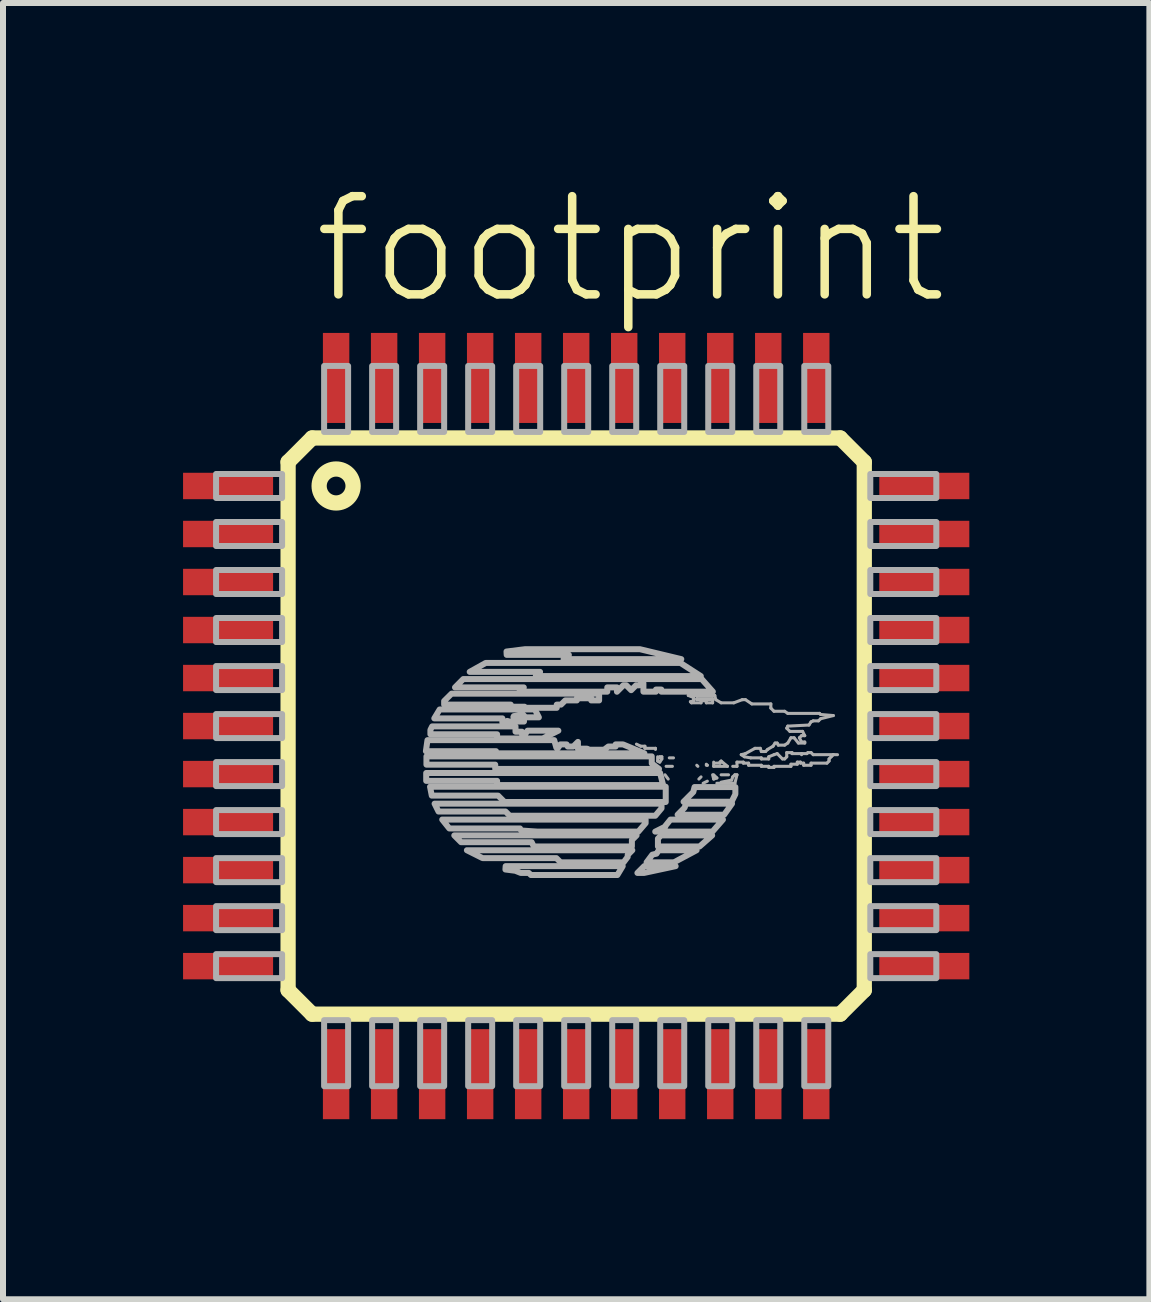
<source format=kicad_pcb>
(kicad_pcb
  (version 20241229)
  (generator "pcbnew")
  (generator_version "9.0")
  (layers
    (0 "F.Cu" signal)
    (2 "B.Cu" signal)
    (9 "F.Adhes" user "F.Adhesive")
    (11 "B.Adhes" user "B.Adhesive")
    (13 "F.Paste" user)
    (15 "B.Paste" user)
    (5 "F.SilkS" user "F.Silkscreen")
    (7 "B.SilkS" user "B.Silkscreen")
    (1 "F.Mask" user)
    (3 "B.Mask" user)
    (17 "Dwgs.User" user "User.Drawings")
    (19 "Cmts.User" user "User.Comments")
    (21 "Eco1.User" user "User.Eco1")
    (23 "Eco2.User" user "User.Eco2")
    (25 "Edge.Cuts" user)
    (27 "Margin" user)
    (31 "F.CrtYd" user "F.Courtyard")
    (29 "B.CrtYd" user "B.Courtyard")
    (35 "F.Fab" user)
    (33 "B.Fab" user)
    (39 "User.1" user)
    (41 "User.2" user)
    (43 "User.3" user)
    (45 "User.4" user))
  (footprint "footprint"
    (layer "F.Cu")
    (at 6.55 9.047)
    (property "Reference" "footprint" (at -4.445 -6.985 0) (layer "F.SilkS") (effects (font (size 1.636 1.636) (thickness 0.142)) (justify left bottom)))
    (fp_line (start -4.8 -4.4) (end -4.4 -4.8) (stroke (width 0.254) (type solid)) (layer "F.SilkS"))
    (fp_line (start -4.8 4.4) (end -4.8 -4.4) (stroke (width 0.254) (type solid)) (layer "F.SilkS"))
    (fp_line (start -4.4 -4.8) (end 4.4 -4.8) (stroke (width 0.254) (type solid)) (layer "F.SilkS"))
    (fp_line (start -4.4 4.8) (end -4.8 4.4) (stroke (width 0.254) (type solid)) (layer "F.SilkS"))
    (fp_line (start 4.4 -4.8) (end 4.8 -4.4) (stroke (width 0.254) (type solid)) (layer "F.SilkS"))
    (fp_line (start 4.4 4.8) (end -4.4 4.8) (stroke (width 0.254) (type solid)) (layer "F.SilkS"))
    (fp_line (start 4.8 -4.4) (end 4.8 4.4) (stroke (width 0.254) (type solid)) (layer "F.SilkS"))
    (fp_line (start 4.8 4.4) (end 4.4 4.8) (stroke (width 0.254) (type solid)) (layer "F.SilkS"))
    (fp_circle (center -4 -4) (end -3.717 -4) (stroke (width 0.254) (type solid)) (fill no) (layer "F.SilkS"))
    (fp_line (start 1.075 0.336) (end 1.004 0.301) (stroke (width 0.051) (type solid)) (layer "F.Fab"))
    (fp_line (start 1.145 0.336) (end 1.075 0.336) (stroke (width 0.051) (type solid)) (layer "F.Fab"))
    (fp_line (start 1.145 0.371) (end 1.145 0.336) (stroke (width 0.051) (type solid)) (layer "F.Fab"))
    (fp_line (start 1.321 0.371) (end 1.145 0.371) (stroke (width 0.051) (type solid)) (layer "F.Fab"))
    (fp_line (start 1.321 0.389) (end 1.321 0.371) (stroke (width 0.051) (type solid)) (layer "F.Fab"))
    (fp_line (start 1.357 0.512) (end 1.357 0.583) (stroke (width 0.051) (type solid)) (layer "F.Fab"))
    (fp_line (start 1.357 0.583) (end 1.392 0.601) (stroke (width 0.051) (type solid)) (layer "F.Fab"))
    (fp_line (start 1.392 0.512) (end 1.392 0.53) (stroke (width 0.051) (type solid)) (layer "F.Fab"))
    (fp_line (start 1.392 0.601) (end 1.427 0.548) (stroke (width 0.051) (type solid)) (layer "F.Fab"))
    (fp_line (start 1.427 0.512) (end 1.392 0.512) (stroke (width 0.051) (type solid)) (layer "F.Fab"))
    (fp_line (start 1.427 0.548) (end 1.427 0.512) (stroke (width 0.051) (type solid)) (layer "F.Fab"))
    (fp_line (start 1.48 0.812) (end 1.533 0.883) (stroke (width 0.051) (type solid)) (layer "F.Fab"))
    (fp_line (start 1.498 0.671) (end 1.603 0.671) (stroke (width 0.051) (type solid)) (layer "F.Fab"))
    (fp_line (start 1.551 0.53) (end 1.621 0.53) (stroke (width 0.051) (type solid)) (layer "F.Fab"))
    (fp_line (start 1.868 -0.51) (end 1.956 -0.475) (stroke (width 0.051) (type solid)) (layer "F.Fab"))
    (fp_line (start 1.903 -0.405) (end 1.921 -0.387) (stroke (width 0.051) (type solid)) (layer "F.Fab"))
    (fp_line (start 1.921 -0.387) (end 2.08 -0.387) (stroke (width 0.051) (type solid)) (layer "F.Fab"))
    (fp_line (start 1.956 -0.475) (end 1.956 -0.422) (stroke (width 0.051) (type solid)) (layer "F.Fab"))
    (fp_line (start 1.956 -0.422) (end 1.903 -0.405) (stroke (width 0.051) (type solid)) (layer "F.Fab"))
    (fp_line (start 2.009 -0.457) (end 2.009 -0.44) (stroke (width 0.051) (type solid)) (layer "F.Fab"))
    (fp_line (start 2.009 -0.44) (end 2.238 -0.44) (stroke (width 0.051) (type solid)) (layer "F.Fab"))
    (fp_line (start 2.009 0.653) (end 2.027 0.671) (stroke (width 0.051) (type solid)) (layer "F.Fab"))
    (fp_line (start 2.08 -0.422) (end 2.168 -0.422) (stroke (width 0.051) (type solid)) (layer "F.Fab"))
    (fp_line (start 2.08 -0.387) (end 2.08 -0.422) (stroke (width 0.051) (type solid)) (layer "F.Fab"))
    (fp_line (start 2.08 0.847) (end 2.044 0.883) (stroke (width 0.051) (type solid)) (layer "F.Fab"))
    (fp_line (start 2.115 0.953) (end 2.185 0.918) (stroke (width 0.051) (type solid)) (layer "F.Fab"))
    (fp_line (start 2.168 -0.422) (end 2.168 -0.387) (stroke (width 0.051) (type solid)) (layer "F.Fab"))
    (fp_line (start 2.168 -0.387) (end 2.273 -0.387) (stroke (width 0.051) (type solid)) (layer "F.Fab"))
    (fp_line (start 2.168 0.636) (end 2.185 0.653) (stroke (width 0.051) (type solid)) (layer "F.Fab"))
    (fp_line (start 2.185 0.653) (end 2.168 0.653) (stroke (width 0.051) (type solid)) (layer "F.Fab"))
    (fp_line (start 2.273 -0.457) (end 2.009 -0.457) (stroke (width 0.051) (type solid)) (layer "F.Fab"))
    (fp_line (start 2.273 -0.387) (end 2.273 -0.457) (stroke (width 0.051) (type solid)) (layer "F.Fab"))
    (fp_line (start 2.273 0.812) (end 2.291 0.883) (stroke (width 0.051) (type solid)) (layer "F.Fab"))
    (fp_line (start 2.291 0.601) (end 2.291 0.671) (stroke (width 0.051) (type solid)) (layer "F.Fab"))
    (fp_line (start 2.291 0.671) (end 2.52 0.671) (stroke (width 0.051) (type solid)) (layer "F.Fab"))
    (fp_line (start 2.291 0.883) (end 2.344 0.865) (stroke (width 0.051) (type solid)) (layer "F.Fab"))
    (fp_line (start 2.309 -0.51) (end 1.868 -0.51) (stroke (width 0.051) (type solid)) (layer "F.Fab"))
    (fp_line (start 2.326 -0.44) (end 2.309 -0.51) (stroke (width 0.051) (type solid)) (layer "F.Fab"))
    (fp_line (start 2.344 0.865) (end 2.291 0.812) (stroke (width 0.051) (type solid)) (layer "F.Fab"))
    (fp_line (start 2.344 0.953) (end 2.644 0.953) (stroke (width 0.051) (type solid)) (layer "F.Fab"))
    (fp_line (start 2.397 0.601) (end 2.397 0.618) (stroke (width 0.051) (type solid)) (layer "F.Fab"))
    (fp_line (start 2.397 0.618) (end 2.326 0.618) (stroke (width 0.051) (type solid)) (layer "F.Fab"))
    (fp_line (start 2.415 -0.387) (end 2.326 -0.44) (stroke (width 0.051) (type solid)) (layer "F.Fab"))
    (fp_line (start 2.415 0.583) (end 2.397 0.601) (stroke (width 0.051) (type solid)) (layer "F.Fab"))
    (fp_line (start 2.415 0.812) (end 2.538 0.812) (stroke (width 0.051) (type solid)) (layer "F.Fab"))
    (fp_line (start 2.52 0.671) (end 2.415 0.583) (stroke (width 0.051) (type solid)) (layer "F.Fab"))
    (fp_line (start 2.591 0.9) (end 2.415 0.935) (stroke (width 0.051) (type solid)) (layer "F.Fab"))
    (fp_line (start 2.608 0.671) (end 2.679 0.671) (stroke (width 0.051) (type solid)) (layer "F.Fab"))
    (fp_line (start 2.608 0.847) (end 2.591 0.9) (stroke (width 0.051) (type solid)) (layer "F.Fab"))
    (fp_line (start 2.626 -0.387) (end 2.415 -0.387) (stroke (width 0.051) (type solid)) (layer "F.Fab"))
    (fp_line (start 2.644 0.812) (end 2.608 0.847) (stroke (width 0.051) (type solid)) (layer "F.Fab"))
    (fp_line (start 2.644 0.953) (end 2.679 0.812) (stroke (width 0.051) (type solid)) (layer "F.Fab"))
    (fp_line (start 2.679 0.601) (end 2.785 0.601) (stroke (width 0.051) (type solid)) (layer "F.Fab"))
    (fp_line (start 2.679 0.671) (end 2.679 0.601) (stroke (width 0.051) (type solid)) (layer "F.Fab"))
    (fp_line (start 2.679 0.812) (end 2.644 0.812) (stroke (width 0.051) (type solid)) (layer "F.Fab"))
    (fp_line (start 2.75 0.477) (end 2.82 0.459) (stroke (width 0.051) (type solid)) (layer "F.Fab"))
    (fp_line (start 2.767 -0.44) (end 2.626 -0.387) (stroke (width 0.051) (type solid)) (layer "F.Fab"))
    (fp_line (start 2.785 0.601) (end 2.785 0.618) (stroke (width 0.051) (type solid)) (layer "F.Fab"))
    (fp_line (start 2.785 0.618) (end 2.873 0.618) (stroke (width 0.051) (type solid)) (layer "F.Fab"))
    (fp_line (start 2.803 0.512) (end 2.75 0.477) (stroke (width 0.051) (type solid)) (layer "F.Fab"))
    (fp_line (start 2.82 -0.44) (end 2.767 -0.44) (stroke (width 0.051) (type solid)) (layer "F.Fab"))
    (fp_line (start 2.82 0.459) (end 2.979 0.371) (stroke (width 0.051) (type solid)) (layer "F.Fab"))
    (fp_line (start 2.873 0.618) (end 2.873 0.653) (stroke (width 0.051) (type solid)) (layer "F.Fab"))
    (fp_line (start 2.873 0.653) (end 3.085 0.653) (stroke (width 0.051) (type solid)) (layer "F.Fab"))
    (fp_line (start 2.908 0.53) (end 2.803 0.512) (stroke (width 0.051) (type solid)) (layer "F.Fab"))
    (fp_line (start 2.926 -0.369) (end 2.82 -0.44) (stroke (width 0.051) (type solid)) (layer "F.Fab"))
    (fp_line (start 2.979 0.371) (end 3.067 0.371) (stroke (width 0.051) (type solid)) (layer "F.Fab"))
    (fp_line (start 3.067 0.371) (end 3.085 0.424) (stroke (width 0.051) (type solid)) (layer "F.Fab"))
    (fp_line (start 3.085 0.424) (end 3.155 0.424) (stroke (width 0.051) (type solid)) (layer "F.Fab"))
    (fp_line (start 3.085 0.53) (end 2.908 0.53) (stroke (width 0.051) (type solid)) (layer "F.Fab"))
    (fp_line (start 3.085 0.548) (end 3.085 0.53) (stroke (width 0.051) (type solid)) (layer "F.Fab"))
    (fp_line (start 3.085 0.653) (end 3.085 0.671) (stroke (width 0.051) (type solid)) (layer "F.Fab"))
    (fp_line (start 3.085 0.671) (end 3.208 0.671) (stroke (width 0.051) (type solid)) (layer "F.Fab"))
    (fp_line (start 3.155 0.424) (end 3.19 0.389) (stroke (width 0.051) (type solid)) (layer "F.Fab"))
    (fp_line (start 3.19 0.389) (end 3.279 0.336) (stroke (width 0.051) (type solid)) (layer "F.Fab"))
    (fp_line (start 3.208 0.512) (end 3.208 0.548) (stroke (width 0.051) (type solid)) (layer "F.Fab"))
    (fp_line (start 3.208 0.548) (end 3.085 0.548) (stroke (width 0.051) (type solid)) (layer "F.Fab"))
    (fp_line (start 3.208 0.671) (end 3.208 0.689) (stroke (width 0.051) (type solid)) (layer "F.Fab"))
    (fp_line (start 3.208 0.689) (end 3.296 0.689) (stroke (width 0.051) (type solid)) (layer "F.Fab"))
    (fp_line (start 3.243 -0.369) (end 2.926 -0.369) (stroke (width 0.051) (type solid)) (layer "F.Fab"))
    (fp_line (start 3.243 -0.299) (end 3.243 -0.369) (stroke (width 0.051) (type solid)) (layer "F.Fab"))
    (fp_line (start 3.279 0.336) (end 3.314 0.283) (stroke (width 0.051) (type solid)) (layer "F.Fab"))
    (fp_line (start 3.296 -0.246) (end 3.243 -0.299) (stroke (width 0.051) (type solid)) (layer "F.Fab"))
    (fp_line (start 3.296 0.477) (end 3.208 0.512) (stroke (width 0.051) (type solid)) (layer "F.Fab"))
    (fp_line (start 3.296 0.671) (end 3.578 0.671) (stroke (width 0.051) (type solid)) (layer "F.Fab"))
    (fp_line (start 3.296 0.689) (end 3.296 0.671) (stroke (width 0.051) (type solid)) (layer "F.Fab"))
    (fp_line (start 3.314 0.283) (end 3.349 0.283) (stroke (width 0.051) (type solid)) (layer "F.Fab"))
    (fp_line (start 3.349 0.283) (end 3.367 0.318) (stroke (width 0.051) (type solid)) (layer "F.Fab"))
    (fp_line (start 3.349 0.459) (end 3.296 0.477) (stroke (width 0.051) (type solid)) (layer "F.Fab"))
    (fp_line (start 3.367 0.318) (end 3.473 0.318) (stroke (width 0.051) (type solid)) (layer "F.Fab"))
    (fp_line (start 3.437 0.548) (end 3.349 0.459) (stroke (width 0.051) (type solid)) (layer "F.Fab"))
    (fp_line (start 3.473 -0.246) (end 3.296 -0.246) (stroke (width 0.051) (type solid)) (layer "F.Fab"))
    (fp_line (start 3.473 0.318) (end 3.525 0.283) (stroke (width 0.051) (type solid)) (layer "F.Fab"))
    (fp_line (start 3.473 0.548) (end 3.437 0.548) (stroke (width 0.051) (type solid)) (layer "F.Fab"))
    (fp_line (start 3.508 0.036) (end 3.525 0.001) (stroke (width 0.051) (type solid)) (layer "F.Fab"))
    (fp_line (start 3.508 0.442) (end 3.508 0.512) (stroke (width 0.051) (type solid)) (layer "F.Fab"))
    (fp_line (start 3.508 0.512) (end 3.473 0.548) (stroke (width 0.051) (type solid)) (layer "F.Fab"))
    (fp_line (start 3.525 -0.211) (end 3.473 -0.246) (stroke (width 0.051) (type solid)) (layer "F.Fab"))
    (fp_line (start 3.525 0.001) (end 3.878 -0.017) (stroke (width 0.051) (type solid)) (layer "F.Fab"))
    (fp_line (start 3.525 0.283) (end 3.578 0.195) (stroke (width 0.051) (type solid)) (layer "F.Fab"))
    (fp_line (start 3.561 0.089) (end 3.508 0.036) (stroke (width 0.051) (type solid)) (layer "F.Fab"))
    (fp_line (start 3.578 0.195) (end 3.631 0.195) (stroke (width 0.051) (type solid)) (layer "F.Fab"))
    (fp_line (start 3.578 0.636) (end 3.684 0.636) (stroke (width 0.051) (type solid)) (layer "F.Fab"))
    (fp_line (start 3.578 0.671) (end 3.578 0.636) (stroke (width 0.051) (type solid)) (layer "F.Fab"))
    (fp_line (start 3.596 0.442) (end 3.508 0.442) (stroke (width 0.051) (type solid)) (layer "F.Fab"))
    (fp_line (start 3.596 0.459) (end 3.596 0.442) (stroke (width 0.051) (type solid)) (layer "F.Fab"))
    (fp_line (start 3.631 0.195) (end 3.702 0.283) (stroke (width 0.051) (type solid)) (layer "F.Fab"))
    (fp_line (start 3.684 0.601) (end 3.737 0.601) (stroke (width 0.051) (type solid)) (layer "F.Fab"))
    (fp_line (start 3.684 0.636) (end 3.684 0.601) (stroke (width 0.051) (type solid)) (layer "F.Fab"))
    (fp_line (start 3.702 0.283) (end 3.808 0.283) (stroke (width 0.051) (type solid)) (layer "F.Fab"))
    (fp_line (start 3.719 0.195) (end 3.755 0.16) (stroke (width 0.051) (type solid)) (layer "F.Fab"))
    (fp_line (start 3.737 0.601) (end 3.737 0.618) (stroke (width 0.051) (type solid)) (layer "F.Fab"))
    (fp_line (start 3.737 0.618) (end 3.79 0.618) (stroke (width 0.051) (type solid)) (layer "F.Fab"))
    (fp_line (start 3.755 0.16) (end 3.808 0.16) (stroke (width 0.051) (type solid)) (layer "F.Fab"))
    (fp_line (start 3.755 0.266) (end 3.719 0.195) (stroke (width 0.051) (type solid)) (layer "F.Fab"))
    (fp_line (start 3.755 0.459) (end 3.596 0.459) (stroke (width 0.051) (type solid)) (layer "F.Fab"))
    (fp_line (start 3.755 0.477) (end 3.755 0.459) (stroke (width 0.051) (type solid)) (layer "F.Fab"))
    (fp_line (start 3.772 0.089) (end 3.561 0.089) (stroke (width 0.051) (type solid)) (layer "F.Fab"))
    (fp_line (start 3.79 0.618) (end 3.79 0.653) (stroke (width 0.051) (type solid)) (layer "F.Fab"))
    (fp_line (start 3.79 0.653) (end 3.913 0.653) (stroke (width 0.051) (type solid)) (layer "F.Fab"))
    (fp_line (start 3.808 0.16) (end 3.772 0.089) (stroke (width 0.051) (type solid)) (layer "F.Fab"))
    (fp_line (start 3.808 0.266) (end 3.755 0.266) (stroke (width 0.051) (type solid)) (layer "F.Fab"))
    (fp_line (start 3.808 0.283) (end 3.808 0.266) (stroke (width 0.051) (type solid)) (layer "F.Fab"))
    (fp_line (start 3.843 0.459) (end 3.755 0.459) (stroke (width 0.051) (type solid)) (layer "F.Fab"))
    (fp_line (start 3.86 0.442) (end 3.843 0.459) (stroke (width 0.051) (type solid)) (layer "F.Fab"))
    (fp_line (start 3.878 -0.017) (end 3.913 -0.07) (stroke (width 0.051) (type solid)) (layer "F.Fab"))
    (fp_line (start 3.913 -0.07) (end 3.949 -0.087) (stroke (width 0.051) (type solid)) (layer "F.Fab"))
    (fp_line (start 3.913 0.442) (end 3.86 0.442) (stroke (width 0.051) (type solid)) (layer "F.Fab"))
    (fp_line (start 3.913 0.618) (end 4.178 0.618) (stroke (width 0.051) (type solid)) (layer "F.Fab"))
    (fp_line (start 3.913 0.653) (end 3.913 0.618) (stroke (width 0.051) (type solid)) (layer "F.Fab"))
    (fp_line (start 3.949 -0.087) (end 4.037 -0.087) (stroke (width 0.051) (type solid)) (layer "F.Fab"))
    (fp_line (start 3.949 0.477) (end 3.913 0.442) (stroke (width 0.051) (type solid)) (layer "F.Fab"))
    (fp_line (start 4.037 -0.087) (end 4.072 -0.122) (stroke (width 0.051) (type solid)) (layer "F.Fab"))
    (fp_line (start 4.054 -0.211) (end 3.525 -0.211) (stroke (width 0.051) (type solid)) (layer "F.Fab"))
    (fp_line (start 4.072 -0.193) (end 4.054 -0.211) (stroke (width 0.051) (type solid)) (layer "F.Fab"))
    (fp_line (start 4.072 -0.122) (end 4.284 -0.175) (stroke (width 0.051) (type solid)) (layer "F.Fab"))
    (fp_line (start 4.178 0.618) (end 4.213 0.583) (stroke (width 0.051) (type solid)) (layer "F.Fab"))
    (fp_line (start 4.213 0.548) (end 4.248 0.512) (stroke (width 0.051) (type solid)) (layer "F.Fab"))
    (fp_line (start 4.213 0.583) (end 4.213 0.548) (stroke (width 0.051) (type solid)) (layer "F.Fab"))
    (fp_line (start 4.248 0.512) (end 4.284 0.477) (stroke (width 0.051) (type solid)) (layer "F.Fab"))
    (fp_line (start 4.284 -0.175) (end 4.072 -0.193) (stroke (width 0.051) (type solid)) (layer "F.Fab"))
    (fp_line (start 4.284 0.477) (end 3.949 0.477) (stroke (width 0.051) (type solid)) (layer "F.Fab"))
    (fp_line (start 4.284 0.477) (end 4.354 0.477) (stroke (width 0.051) (type solid)) (layer "F.Fab"))
    (fp_poly (pts (xy -6 -3.8) (xy -4.9 -3.8) (xy -4.9 -4.2) (xy -6 -4.2)) (stroke (width 0.1) (type solid)) (fill no) (layer "F.Fab"))
    (fp_poly (pts (xy -6 -3) (xy -4.9 -3) (xy -4.9 -3.4) (xy -6 -3.4)) (stroke (width 0.1) (type solid)) (fill no) (layer "F.Fab"))
    (fp_poly (pts (xy -6 -2.2) (xy -4.9 -2.2) (xy -4.9 -2.6) (xy -6 -2.6)) (stroke (width 0.1) (type solid)) (fill no) (layer "F.Fab"))
    (fp_poly (pts (xy -6 -1.4) (xy -4.9 -1.4) (xy -4.9 -1.8) (xy -6 -1.8)) (stroke (width 0.1) (type solid)) (fill no) (layer "F.Fab"))
    (fp_poly (pts (xy -6 -0.6) (xy -4.9 -0.6) (xy -4.9 -1) (xy -6 -1)) (stroke (width 0.1) (type solid)) (fill no) (layer "F.Fab"))
    (fp_poly (pts (xy -6 0.2) (xy -4.9 0.2) (xy -4.9 -0.2) (xy -6 -0.2)) (stroke (width 0.1) (type solid)) (fill no) (layer "F.Fab"))
    (fp_poly (pts (xy -6 1) (xy -4.9 1) (xy -4.9 0.6) (xy -6 0.6)) (stroke (width 0.1) (type solid)) (fill no) (layer "F.Fab"))
    (fp_poly (pts (xy -6 1.8) (xy -4.9 1.8) (xy -4.9 1.4) (xy -6 1.4)) (stroke (width 0.1) (type solid)) (fill no) (layer "F.Fab"))
    (fp_poly (pts (xy -6 2.6) (xy -4.9 2.6) (xy -4.9 2.2) (xy -6 2.2)) (stroke (width 0.1) (type solid)) (fill no) (layer "F.Fab"))
    (fp_poly (pts (xy -6 3.4) (xy -4.9 3.4) (xy -4.9 3) (xy -6 3)) (stroke (width 0.1) (type solid)) (fill no) (layer "F.Fab"))
    (fp_poly (pts (xy -6 4.2) (xy -4.9 4.2) (xy -4.9 3.8) (xy -6 3.8)) (stroke (width 0.1) (type solid)) (fill no) (layer "F.Fab"))
    (fp_poly (pts (xy -4.2 -4.9) (xy -3.8 -4.9) (xy -3.8 -6) (xy -4.2 -6)) (stroke (width 0.1) (type solid)) (fill no) (layer "F.Fab"))
    (fp_poly (pts (xy -4.2 6) (xy -3.8 6) (xy -3.8 4.9) (xy -4.2 4.9)) (stroke (width 0.1) (type solid)) (fill no) (layer "F.Fab"))
    (fp_poly (pts (xy -3.4 -4.9) (xy -3 -4.9) (xy -3 -6) (xy -3.4 -6)) (stroke (width 0.1) (type solid)) (fill no) (layer "F.Fab"))
    (fp_poly (pts (xy -3.4 6) (xy -3 6) (xy -3 4.9) (xy -3.4 4.9)) (stroke (width 0.1) (type solid)) (fill no) (layer "F.Fab"))
    (fp_poly (pts (xy -2.6 -4.9) (xy -2.2 -4.9) (xy -2.2 -6) (xy -2.6 -6)) (stroke (width 0.1) (type solid)) (fill no) (layer "F.Fab"))
    (fp_poly (pts (xy -2.6 6) (xy -2.2 6) (xy -2.2 4.9) (xy -2.6 4.9)) (stroke (width 0.1) (type solid)) (fill no) (layer "F.Fab"))
    (fp_poly (pts (xy -1.8 -4.9) (xy -1.4 -4.9) (xy -1.4 -6) (xy -1.8 -6)) (stroke (width 0.1) (type solid)) (fill no) (layer "F.Fab"))
    (fp_poly (pts (xy -1.8 6) (xy -1.4 6) (xy -1.4 4.9) (xy -1.8 4.9)) (stroke (width 0.1) (type solid)) (fill no) (layer "F.Fab"))
    (fp_poly (pts (xy -1 -4.9) (xy -0.6 -4.9) (xy -0.6 -6) (xy -1 -6)) (stroke (width 0.1) (type solid)) (fill no) (layer "F.Fab"))
    (fp_poly (pts (xy -1 6) (xy -0.6 6) (xy -0.6 4.9) (xy -1 4.9)) (stroke (width 0.1) (type solid)) (fill no) (layer "F.Fab"))
    (fp_poly (pts (xy -0.2 -4.9) (xy 0.2 -4.9) (xy 0.2 -6) (xy -0.2 -6)) (stroke (width 0.1) (type solid)) (fill no) (layer "F.Fab"))
    (fp_poly (pts (xy -0.2 6) (xy 0.2 6) (xy 0.2 4.9) (xy -0.2 4.9)) (stroke (width 0.1) (type solid)) (fill no) (layer "F.Fab"))
    (fp_poly (pts (xy 0.6 -4.9) (xy 1 -4.9) (xy 1 -6) (xy 0.6 -6)) (stroke (width 0.1) (type solid)) (fill no) (layer "F.Fab"))
    (fp_poly (pts (xy 0.6 6) (xy 1 6) (xy 1 4.9) (xy 0.6 4.9)) (stroke (width 0.1) (type solid)) (fill no) (layer "F.Fab"))
    (fp_poly (pts (xy 1.131 2.447) (xy 1.02 2.447) (xy 1.133 2.334) (xy 1.657 2.334)) (stroke (width 0.1) (type solid)) (fill no) (layer "F.Fab"))
    (fp_poly (pts (xy 1.4 -4.9) (xy 1.8 -4.9) (xy 1.8 -6) (xy 1.4 -6)) (stroke (width 0.1) (type solid)) (fill no) (layer "F.Fab"))
    (fp_poly (pts (xy 1.4 6) (xy 1.8 6) (xy 1.8 4.9) (xy 1.4 4.9)) (stroke (width 0.1) (type solid)) (fill no) (layer "F.Fab"))
    (fp_poly (pts (xy 2.2 -4.9) (xy 2.6 -4.9) (xy 2.6 -6) (xy 2.2 -6)) (stroke (width 0.1) (type solid)) (fill no) (layer "F.Fab"))
    (fp_poly (pts (xy 2.2 6) (xy 2.6 6) (xy 2.6 4.9) (xy 2.2 4.9)) (stroke (width 0.1) (type solid)) (fill no) (layer "F.Fab"))
    (fp_poly (pts (xy 3 -4.9) (xy 3.4 -4.9) (xy 3.4 -6) (xy 3 -6)) (stroke (width 0.1) (type solid)) (fill no) (layer "F.Fab"))
    (fp_poly (pts (xy 3 6) (xy 3.4 6) (xy 3.4 4.9) (xy 3 4.9)) (stroke (width 0.1) (type solid)) (fill no) (layer "F.Fab"))
    (fp_poly (pts (xy 3.8 -4.9) (xy 4.2 -4.9) (xy 4.2 -6) (xy 3.8 -6)) (stroke (width 0.1) (type solid)) (fill no) (layer "F.Fab"))
    (fp_poly (pts (xy 3.8 6) (xy 4.2 6) (xy 4.2 4.9) (xy 3.8 4.9)) (stroke (width 0.1) (type solid)) (fill no) (layer "F.Fab"))
    (fp_poly (pts (xy 4.9 -3.8) (xy 6 -3.8) (xy 6 -4.2) (xy 4.9 -4.2)) (stroke (width 0.1) (type solid)) (fill no) (layer "F.Fab"))
    (fp_poly (pts (xy 4.9 -3) (xy 6 -3) (xy 6 -3.4) (xy 4.9 -3.4)) (stroke (width 0.1) (type solid)) (fill no) (layer "F.Fab"))
    (fp_poly (pts (xy 4.9 -2.2) (xy 6 -2.2) (xy 6 -2.6) (xy 4.9 -2.6)) (stroke (width 0.1) (type solid)) (fill no) (layer "F.Fab"))
    (fp_poly (pts (xy 4.9 -1.4) (xy 6 -1.4) (xy 6 -1.8) (xy 4.9 -1.8)) (stroke (width 0.1) (type solid)) (fill no) (layer "F.Fab"))
    (fp_poly (pts (xy 4.9 -0.6) (xy 6 -0.6) (xy 6 -1) (xy 4.9 -1)) (stroke (width 0.1) (type solid)) (fill no) (layer "F.Fab"))
    (fp_poly (pts (xy 4.9 0.2) (xy 6 0.2) (xy 6 -0.2) (xy 4.9 -0.2)) (stroke (width 0.1) (type solid)) (fill no) (layer "F.Fab"))
    (fp_poly (pts (xy 4.9 1) (xy 6 1) (xy 6 0.6) (xy 4.9 0.6)) (stroke (width 0.1) (type solid)) (fill no) (layer "F.Fab"))
    (fp_poly (pts (xy 4.9 1.8) (xy 6 1.8) (xy 6 1.4) (xy 4.9 1.4)) (stroke (width 0.1) (type solid)) (fill no) (layer "F.Fab"))
    (fp_poly (pts (xy 4.9 2.6) (xy 6 2.6) (xy 6 2.2) (xy 4.9 2.2)) (stroke (width 0.1) (type solid)) (fill no) (layer "F.Fab"))
    (fp_poly (pts (xy 4.9 3.4) (xy 6 3.4) (xy 6 3) (xy 4.9 3)) (stroke (width 0.1) (type solid)) (fill no) (layer "F.Fab"))
    (fp_poly (pts (xy 4.9 4.2) (xy 6 4.2) (xy 6 3.8) (xy 4.9 3.8)) (stroke (width 0.1) (type solid)) (fill no) (layer "F.Fab"))
    (fp_poly (pts (xy 2.056 2.006) (xy 1.362 2.006) (xy 1.362 1.875) (xy 1.415 1.822) (xy 2.265 1.822)) (stroke (width 0.1) (type solid)) (fill no) (layer "F.Fab"))
    (fp_poly (pts (xy 2.465 1.477) (xy 1.69 1.477) (xy 1.806 1.36) (xy 1.829 1.293) (xy 2.596 1.293)) (stroke (width 0.1) (type solid)) (fill no) (layer "F.Fab"))
    (fp_poly (pts (xy 1.448 0.983) (xy -1.318 0.983) (xy -1.318 0.913) (xy -2.499 0.913) (xy -2.499 0.782) (xy 1.398 0.782)) (stroke (width 0.1) (type solid)) (fill no) (layer "F.Fab"))
    (fp_poly (pts (xy 1.629 2.27) (xy 1.173 2.27) (xy 1.268 2.143) (xy 1.338 2.126) (xy 1.376 2.069) (xy 2.006 2.069)) (stroke (width 0.1) (type solid)) (fill no) (layer "F.Fab"))
    (fp_poly (pts (xy 2.076 -0.833) (xy -0.673 -0.833) (xy -0.602 -0.903) (xy -1.774 -0.903) (xy -1.507 -1.052) (xy 1.736 -1.052)) (stroke (width 0.1) (type solid)) (fill no) (layer "F.Fab"))
    (fp_poly (pts (xy 2.27 1.759) (xy 1.317 1.759) (xy 1.485 1.675) (xy 1.485 1.665) (xy 1.571 1.558) (xy 2.445 1.558)) (stroke (width 0.1) (type solid)) (fill no) (layer "F.Fab"))
    (fp_poly (pts (xy 2.652 1.135) (xy 2.589 1.261) (xy 1.789 1.261) (xy 1.951 1.099) (xy 1.972 1.016) (xy 2.652 1.016)) (stroke (width 0.1) (type solid)) (fill no) (layer "F.Fab"))
    (fp_poly (pts (xy 0.928 1.9) (xy 0.928 2.006) (xy -0.707 2.006) (xy -0.742 1.935) (xy -1.918 1.935) (xy -2.031 1.822) (xy 1.006 1.822)) (stroke (width 0.1) (type solid)) (fill no) (layer "F.Fab"))
    (fp_poly (pts (xy 1.259 0.623) (xy 1.38 0.714) (xy -1.349 0.714) (xy -1.349 0.643) (xy -2.495 0.643) (xy -2.495 0.505) (xy 1.259 0.505)) (stroke (width 0.1) (type solid)) (fill no) (layer "F.Fab"))
    (fp_poly (pts (xy 1.422 1.37) (xy 1.318 1.494) (xy -1.107 1.494) (xy -1.177 1.424) (xy -2.294 1.424) (xy -2.359 1.293) (xy 1.422 1.293)) (stroke (width 0.1) (type solid)) (fill no) (layer "F.Fab"))
    (fp_poly (pts (xy 1.492 1.265) (xy -1.195 1.265) (xy -1.292 1.168) (xy -1.301 1.159) (xy -2.406 1.159) (xy -2.435 1.011) (xy 1.492 1.011)) (stroke (width 0.1) (type solid)) (fill no) (layer "F.Fab"))
    (fp_poly (pts (xy 1.751 -1.115) (xy -0.21 -1.115) (xy -0.122 -1.186) (xy -1.158 -1.186) (xy -1.161 -1.242) (xy -0.849 -1.281) (xy 1.06 -1.281)) (stroke (width 0.1) (type solid)) (fill no) (layer "F.Fab"))
    (fp_poly (pts (xy 0.686 2.482) (xy -0.754 2.482) (xy -0.789 2.447) (xy -0.924 2.447) (xy -1.014 2.411) (xy -1.179 2.39) (xy -1.175 2.334) (xy 0.775 2.334)) (stroke (width 0.1) (type solid)) (fill no) (layer "F.Fab"))
    (fp_poly (pts (xy 0.858 2.147) (xy 0.858 2.18) (xy 0.79 2.27) (xy -0.26 2.27) (xy -0.331 2.2) (xy -1.56 2.2) (xy -1.821 2.069) (xy 0.935 2.069)) (stroke (width 0.1) (type solid)) (fill no) (layer "F.Fab"))
    (fp_poly (pts (xy 1.157 1.617) (xy 1.035 1.759) (xy -0.637 1.759) (xy -0.919 1.74) (xy -0.936 1.706) (xy -2.114 1.706) (xy -2.232 1.558) (xy 1.157 1.558)) (stroke (width 0.1) (type solid)) (fill no) (layer "F.Fab"))
    (fp_poly (pts (xy -1.011 0.094) (xy -0.905 0.094) (xy -0.905 0.13) (xy -0.846 0.13) (xy -0.81 0.077) (xy -0.297 0.077) (xy -0.558 0.207) (xy -1.318 0.207) (xy -1.318 0.137) (xy -2.429 0.137) (xy -2.429 0.064) (xy -2.4 0.006) (xy -1.011 0.006)) (stroke (width 0.1) (type solid)) (fill no) (layer "F.Fab"))
    (fp_poly (pts (xy -0.622 -0.145) (xy -0.842 -0.145) (xy -0.877 -0.181) (xy -0.933 -0.181) (xy -1.039 -0.166) (xy -1.046 -0.152) (xy -0.87 -0.152) (xy -0.87 -0.075) (xy -1.117 -0.075) (xy -1.149 -0.086) (xy -1.164 -0.057) (xy -1.23 -0.057) (xy -1.23 -0.128) (xy -2.364 -0.128) (xy -2.275 -0.276) (xy -0.688 -0.276)) (stroke (width 0.1) (type solid)) (fill no) (layer "F.Fab"))
    (fp_poly (pts (xy 0.382 -0.427) (xy 0.251 -0.427) (xy 0.251 -0.463) (xy 0.011 -0.463) (xy 0.011 -0.463) (xy 0.011 -0.427) (xy -0.182 -0.427) (xy -0.253 -0.357) (xy -0.324 -0.357) (xy -0.324 -0.357) (xy -0.324 -0.304) (xy -0.842 -0.304) (xy -0.86 -0.322) (xy -1.107 -0.322) (xy -1.09 -0.357) (xy -2.2 -0.357) (xy -2.2 -0.417) (xy -2.076 -0.54) (xy 0.382 -0.54)) (stroke (width 0.1) (type solid)) (fill no) (layer "F.Fab"))
    (fp_poly (pts (xy -0.331 0.359) (xy -0.299 0.359) (xy -0.264 0.306) (xy -0.159 0.306) (xy -0.141 0.341) (xy -0.049 0.341) (xy 0.029 0.264) (xy 0.029 0.377) (xy 0.182 0.377) (xy 0.218 0.394) (xy 0.465 0.394) (xy 0.536 0.341) (xy 0.657 0.341) (xy 0.657 0.306) (xy 0.781 0.306) (xy 1.136 0.454) (xy -1.336 0.454) (xy -1.336 0.419) (xy -2.504 0.419) (xy -2.478 0.235) (xy -0.366 0.235)) (stroke (width 0.1) (type solid)) (fill no) (layer "F.Fab"))
    (fp_poly (pts (xy 2.277 -0.573) (xy 1.419 -0.573) (xy 1.419 -0.608) (xy 1.329 -0.608) (xy 1.329 -0.573) (xy 1.12 -0.573) (xy 1.12 -0.714) (xy 1.085 -0.714) (xy 1.05 -0.679) (xy 0.997 -0.679) (xy 0.916 -0.598) (xy 0.835 -0.679) (xy 0.785 -0.679) (xy 0.679 -0.572) (xy 0.679 -0.644) (xy 0.518 -0.644) (xy 0.518 -0.573) (xy -0.944 -0.573) (xy -0.873 -0.644) (xy -2.019 -0.644) (xy -1.881 -0.783) (xy 2.091 -0.783)) (stroke (width 0.1) (type solid)) (fill no) (layer "F.Fab"))
    (pad "1" smd rect (at -5.8 -4) (size 1.5 0.44) (layers "F.Cu" "F.Mask" "F.Paste"))
    (pad "2" smd rect (at -5.8 -3.2) (size 1.5 0.44) (layers "F.Cu" "F.Mask" "F.Paste"))
    (pad "3" smd rect (at -5.8 -2.4) (size 1.5 0.44) (layers "F.Cu" "F.Mask" "F.Paste"))
    (pad "4" smd rect (at -5.8 -1.6) (size 1.5 0.44) (layers "F.Cu" "F.Mask" "F.Paste"))
    (pad "5" smd rect (at -5.8 -0.8) (size 1.5 0.44) (layers "F.Cu" "F.Mask" "F.Paste"))
    (pad "6" smd rect (at -5.8 0) (size 1.5 0.44) (layers "F.Cu" "F.Mask" "F.Paste"))
    (pad "7" smd rect (at -5.8 0.8) (size 1.5 0.44) (layers "F.Cu" "F.Mask" "F.Paste"))
    (pad "8" smd rect (at -5.8 1.6) (size 1.5 0.44) (layers "F.Cu" "F.Mask" "F.Paste"))
    (pad "9" smd rect (at -5.8 2.4) (size 1.5 0.44) (layers "F.Cu" "F.Mask" "F.Paste"))
    (pad "10" smd rect (at -5.8 3.2) (size 1.5 0.44) (layers "F.Cu" "F.Mask" "F.Paste"))
    (pad "11" smd rect (at -5.8 4) (size 1.5 0.44) (layers "F.Cu" "F.Mask" "F.Paste"))
    (pad "12" smd rect (at -4 5.8) (size 0.44 1.5) (layers "F.Cu" "F.Mask" "F.Paste"))
    (pad "13" smd rect (at -3.2 5.8) (size 0.44 1.5) (layers "F.Cu" "F.Mask" "F.Paste"))
    (pad "14" smd rect (at -2.4 5.8) (size 0.44 1.5) (layers "F.Cu" "F.Mask" "F.Paste"))
    (pad "15" smd rect (at -1.6 5.8) (size 0.44 1.5) (layers "F.Cu" "F.Mask" "F.Paste"))
    (pad "16" smd rect (at -0.8 5.8) (size 0.44 1.5) (layers "F.Cu" "F.Mask" "F.Paste"))
    (pad "17" smd rect (at 0 5.8) (size 0.44 1.5) (layers "F.Cu" "F.Mask" "F.Paste"))
    (pad "18" smd rect (at 0.8 5.8) (size 0.44 1.5) (layers "F.Cu" "F.Mask" "F.Paste"))
    (pad "19" smd rect (at 1.6 5.8) (size 0.44 1.5) (layers "F.Cu" "F.Mask" "F.Paste"))
    (pad "20" smd rect (at 2.4 5.8) (size 0.44 1.5) (layers "F.Cu" "F.Mask" "F.Paste"))
    (pad "21" smd rect (at 3.2 5.8) (size 0.44 1.5) (layers "F.Cu" "F.Mask" "F.Paste"))
    (pad "22" smd rect (at 4 5.8) (size 0.44 1.5) (layers "F.Cu" "F.Mask" "F.Paste"))
    (pad "23" smd rect (at 5.8 4) (size 1.5 0.44) (layers "F.Cu" "F.Mask" "F.Paste"))
    (pad "24" smd rect (at 5.8 3.2) (size 1.5 0.44) (layers "F.Cu" "F.Mask" "F.Paste"))
    (pad "25" smd rect (at 5.8 2.4) (size 1.5 0.44) (layers "F.Cu" "F.Mask" "F.Paste"))
    (pad "26" smd rect (at 5.8 1.6) (size 1.5 0.44) (layers "F.Cu" "F.Mask" "F.Paste"))
    (pad "27" smd rect (at 5.8 0.8) (size 1.5 0.44) (layers "F.Cu" "F.Mask" "F.Paste"))
    (pad "28" smd rect (at 5.8 0) (size 1.5 0.44) (layers "F.Cu" "F.Mask" "F.Paste"))
    (pad "29" smd rect (at 5.8 -0.8) (size 1.5 0.44) (layers "F.Cu" "F.Mask" "F.Paste"))
    (pad "30" smd rect (at 5.8 -1.6) (size 1.5 0.44) (layers "F.Cu" "F.Mask" "F.Paste"))
    (pad "31" smd rect (at 5.8 -2.4) (size 1.5 0.44) (layers "F.Cu" "F.Mask" "F.Paste"))
    (pad "32" smd rect (at 5.8 -3.2) (size 1.5 0.44) (layers "F.Cu" "F.Mask" "F.Paste"))
    (pad "33" smd rect (at 5.8 -4) (size 1.5 0.44) (layers "F.Cu" "F.Mask" "F.Paste"))
    (pad "34" smd rect (at 4 -5.8) (size 0.44 1.5) (layers "F.Cu" "F.Mask" "F.Paste"))
    (pad "35" smd rect (at 3.2 -5.8) (size 0.44 1.5) (layers "F.Cu" "F.Mask" "F.Paste"))
    (pad "36" smd rect (at 2.4 -5.8) (size 0.44 1.5) (layers "F.Cu" "F.Mask" "F.Paste"))
    (pad "37" smd rect (at 1.6 -5.8) (size 0.44 1.5) (layers "F.Cu" "F.Mask" "F.Paste"))
    (pad "38" smd rect (at 0.8 -5.8) (size 0.44 1.5) (layers "F.Cu" "F.Mask" "F.Paste"))
    (pad "39" smd rect (at 0 -5.8) (size 0.44 1.5) (layers "F.Cu" "F.Mask" "F.Paste"))
    (pad "40" smd rect (at -0.8 -5.8) (size 0.44 1.5) (layers "F.Cu" "F.Mask" "F.Paste"))
    (pad "41" smd rect (at -1.6 -5.8) (size 0.44 1.5) (layers "F.Cu" "F.Mask" "F.Paste"))
    (pad "42" smd rect (at -2.4 -5.8) (size 0.44 1.5) (layers "F.Cu" "F.Mask" "F.Paste"))
    (pad "43" smd rect (at -3.2 -5.8) (size 0.44 1.5) (layers "F.Cu" "F.Mask" "F.Paste"))
    (pad "44" smd rect (at -4 -5.8) (size 0.44 1.5) (layers "F.Cu" "F.Mask" "F.Paste")))
  (gr_rect
    (start -3 -3)
    (end 16.1 18.597)
    (stroke (width 0.1) (type default))
    (fill no)
    (layer "Edge.Cuts")))
</source>
